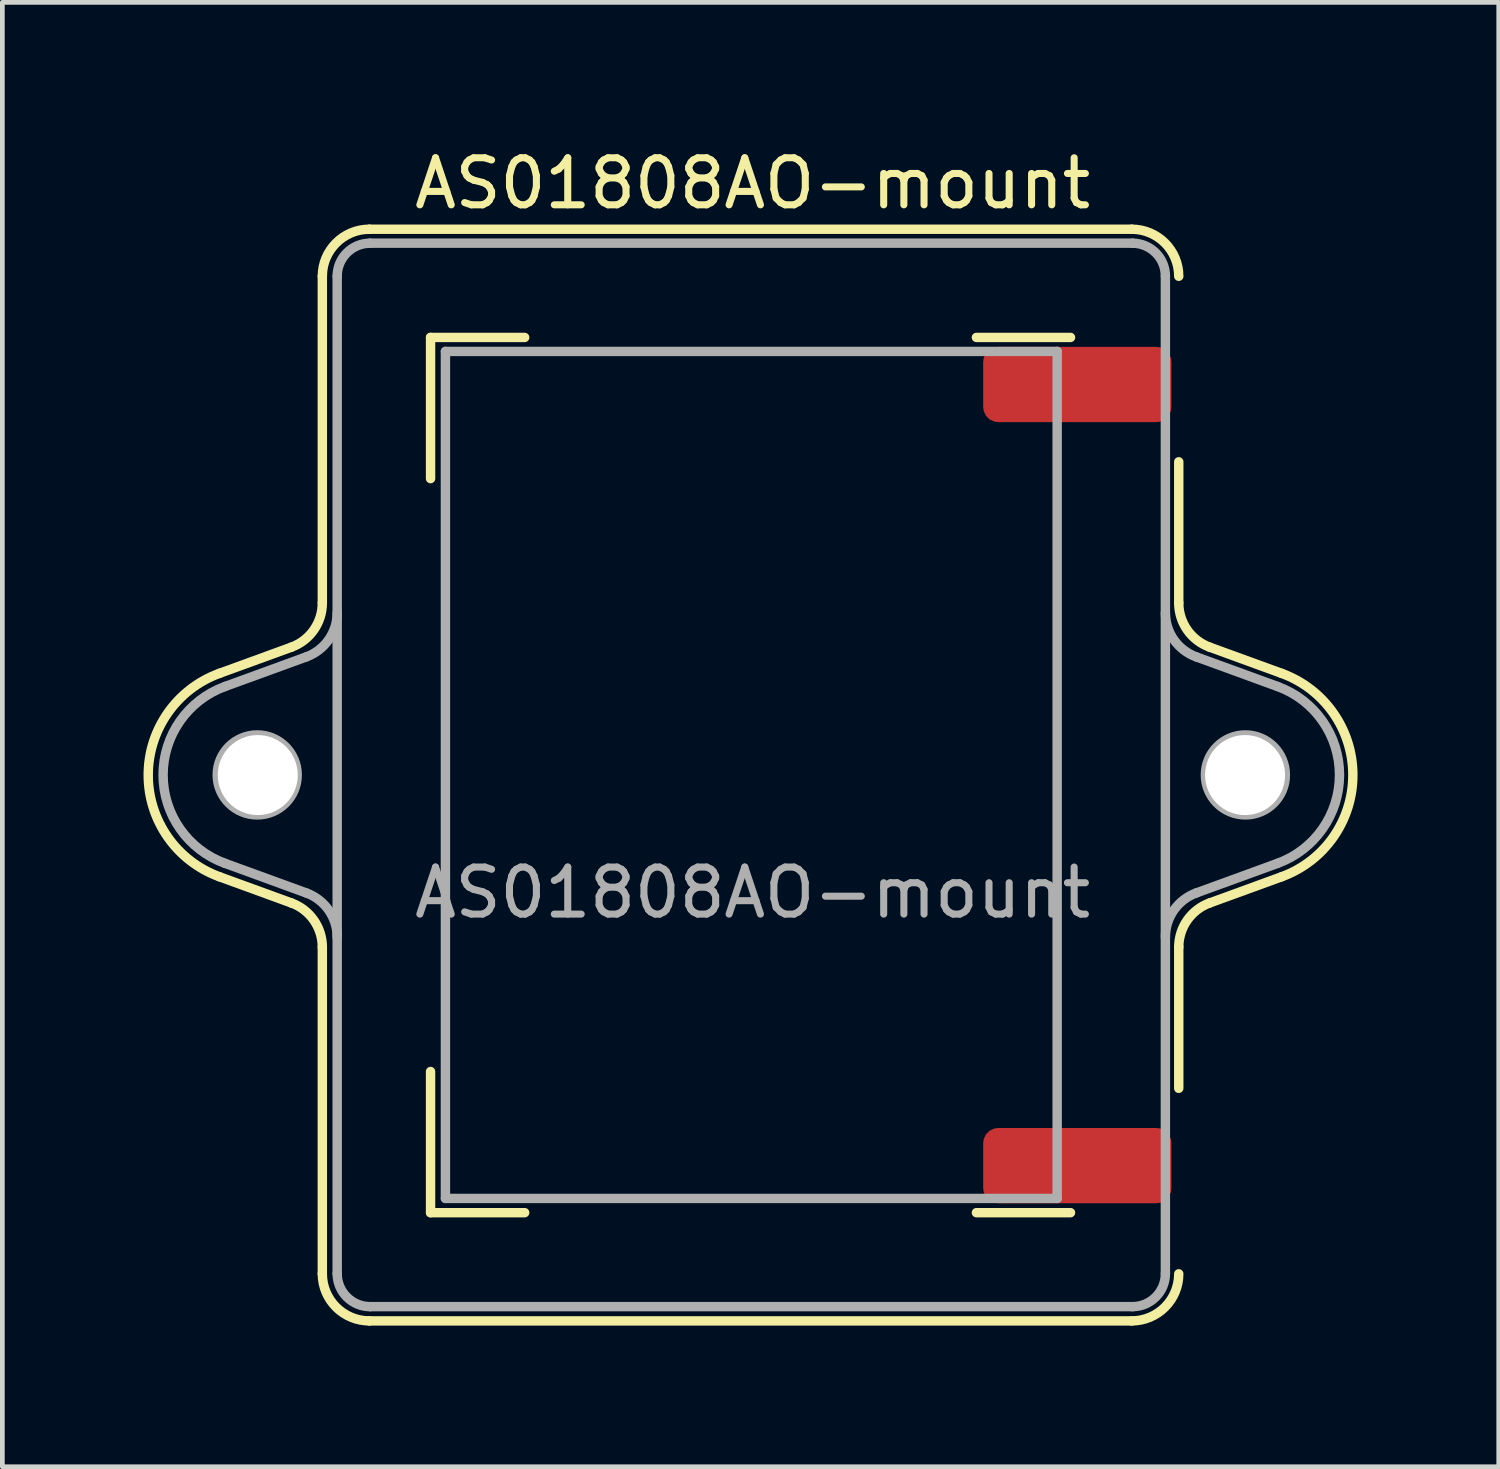
<source format=kicad_pcb>
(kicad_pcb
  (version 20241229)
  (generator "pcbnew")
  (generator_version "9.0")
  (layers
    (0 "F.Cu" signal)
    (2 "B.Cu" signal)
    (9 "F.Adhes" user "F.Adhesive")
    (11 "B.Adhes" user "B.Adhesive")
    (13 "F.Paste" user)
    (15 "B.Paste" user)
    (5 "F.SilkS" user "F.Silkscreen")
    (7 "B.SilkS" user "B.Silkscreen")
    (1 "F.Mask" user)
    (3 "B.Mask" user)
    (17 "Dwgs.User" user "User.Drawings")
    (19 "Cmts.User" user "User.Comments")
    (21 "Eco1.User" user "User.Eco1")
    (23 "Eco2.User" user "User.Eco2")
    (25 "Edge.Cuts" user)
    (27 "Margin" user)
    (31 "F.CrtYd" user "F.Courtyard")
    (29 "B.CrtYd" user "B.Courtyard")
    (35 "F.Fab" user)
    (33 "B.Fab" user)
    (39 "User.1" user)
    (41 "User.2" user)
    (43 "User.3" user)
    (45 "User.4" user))
  (footprint "AS01808AO-mount"
    (layer "F.Cu")
    (at 12.944 13.421)
    (property "Reference" "AS01808AO-mount" (at 0 -12.573 0) (unlocked yes) (layer "F.SilkS") (effects (font (size 1 1) (thickness 0.15))))
    (attr smd)
    (fp_line (start -11.331 2.161) (end -9.802 2.718) (stroke (width 0.2) (type solid)) (layer "F.SilkS"))
    (fp_line (start -9.802 -2.718) (end -11.331 -2.161) (stroke (width 0.2) (type solid)) (layer "F.SilkS"))
    (fp_line (start -9.144 -10.6) (end -9.144 -3.657) (stroke (width 0.2) (type solid)) (layer "F.SilkS"))
    (fp_line (start -9.144 3.657) (end -9.144 10.6) (stroke (width 0.2) (type solid)) (layer "F.SilkS"))
    (fp_line (start -8.144 -11.6) (end 8.056 -11.6) (stroke (width 0.2) (type solid)) (layer "F.SilkS"))
    (fp_line (start -6.844 -9.3) (end -6.844 -6.3) (stroke (width 0.2) (type solid)) (layer "F.SilkS"))
    (fp_line (start -6.844 -9.3) (end -4.844 -9.3) (stroke (width 0.2) (type solid)) (layer "F.SilkS"))
    (fp_line (start -6.844 9.3) (end -6.844 6.3) (stroke (width 0.2) (type solid)) (layer "F.SilkS"))
    (fp_line (start -4.844 9.3) (end -6.844 9.3) (stroke (width 0.2) (type solid)) (layer "F.SilkS"))
    (fp_line (start 4.756 -9.3) (end 6.756 -9.3) (stroke (width 0.2) (type solid)) (layer "F.SilkS"))
    (fp_line (start 6.756 9.3) (end 4.756 9.3) (stroke (width 0.2) (type solid)) (layer "F.SilkS"))
    (fp_line (start 8.056 11.6) (end -8.144 11.6) (stroke (width 0.2) (type solid)) (layer "F.SilkS"))
    (fp_line (start 9.056 -3.657) (end 9.056 -6.657) (stroke (width 0.2) (type solid)) (layer "F.SilkS"))
    (fp_line (start 9.056 3.657) (end 9.056 6.657) (stroke (width 0.2) (type solid)) (layer "F.SilkS"))
    (fp_line (start 9.714 2.718) (end 11.243 2.161) (stroke (width 0.2) (type solid)) (layer "F.SilkS"))
    (fp_line (start 11.243 -2.161) (end 9.714 -2.718) (stroke (width 0.2) (type solid)) (layer "F.SilkS"))
    (fp_arc (start -11.330646 2.161293) (mid -12.844 0) (end -11.330646 -2.161293) (stroke (width 0.2) (type solid)) (layer "F.SilkS"))
    (fp_arc (start -9.80198 2.717682) (mid -9.324848 3.083798) (end -9.144 3.657375) (stroke (width 0.2) (type solid)) (layer "F.SilkS"))
    (fp_arc (start -9.144 -10.6) (mid -8.851107 -11.307107) (end -8.144 -11.6) (stroke (width 0.2) (type solid)) (layer "F.SilkS"))
    (fp_arc (start -9.144 -3.657375) (mid -9.324848 -3.083798) (end -9.80198 -2.717682) (stroke (width 0.2) (type solid)) (layer "F.SilkS"))
    (fp_arc (start -8.144 11.6) (mid -8.851107 11.307107) (end -9.144 10.6) (stroke (width 0.2) (type solid)) (layer "F.SilkS"))
    (fp_arc (start 8.056 -11.6) (mid 8.763107 -11.307107) (end 9.056 -10.6) (stroke (width 0.2) (type solid)) (layer "F.SilkS"))
    (fp_arc (start 9.056 3.657375) (mid 9.236859 3.083806) (end 9.71398 2.717682) (stroke (width 0.2) (type solid)) (layer "F.SilkS"))
    (fp_arc (start 9.056 10.6) (mid 8.763107 11.307107) (end 8.056 11.6) (stroke (width 0.2) (type solid)) (layer "F.SilkS"))
    (fp_arc (start 9.71398 -2.717682) (mid 9.236838 -3.083796) (end 9.056 -3.657375) (stroke (width 0.2) (type solid)) (layer "F.SilkS"))
    (fp_arc (start 11.242646 -2.161293) (mid 12.756 0) (end 11.242646 2.161293) (stroke (width 0.2) (type solid)) (layer "F.SilkS"))
    (fp_line (start -11.212 1.876) (end -9.486 2.505) (stroke (width 0.2) (type solid)) (layer "F.Fab"))
    (fp_line (start -9.486 -2.511) (end -11.212 -1.882) (stroke (width 0.2) (type solid)) (layer "F.Fab"))
    (fp_line (start -8.828 10.597) (end -8.828 -10.603) (stroke (width 0.2) (type solid)) (layer "F.Fab"))
    (fp_line (start -8.128 -11.303) (end 8.072 -11.303) (stroke (width 0.2) (type solid)) (layer "F.Fab"))
    (fp_line (start -6.528 -9.003) (end 6.472 -9.003) (stroke (width 0.2) (type solid)) (layer "F.Fab"))
    (fp_line (start -6.528 8.997) (end -6.528 -9.003) (stroke (width 0.2) (type solid)) (layer "F.Fab"))
    (fp_line (start 6.472 -9.003) (end 6.472 8.997) (stroke (width 0.2) (type solid)) (layer "F.Fab"))
    (fp_line (start 6.472 8.997) (end -6.528 8.997) (stroke (width 0.2) (type solid)) (layer "F.Fab"))
    (fp_line (start 8.072 11.297) (end -8.128 11.297) (stroke (width 0.2) (type solid)) (layer "F.Fab"))
    (fp_line (start 8.772 -10.603) (end 8.772 10.597) (stroke (width 0.2) (type solid)) (layer "F.Fab"))
    (fp_line (start 9.43 2.505) (end 11.156 1.876) (stroke (width 0.2) (type solid)) (layer "F.Fab"))
    (fp_line (start 11.156 -1.882) (end 9.43 -2.511) (stroke (width 0.2) (type solid)) (layer "F.Fab"))
    (fp_arc (start -11.212039 1.876385) (mid -12.527999 -0.003) (end -11.212039 -1.882385) (stroke (width 0.2) (type solid)) (layer "F.Fab"))
    (fp_arc (start -9.485979 2.50462) (mid -9.008847 2.870736) (end -8.827999 3.444313) (stroke (width 0.2) (type solid)) (layer "F.Fab"))
    (fp_arc (start -8.827999 -10.603) (mid -8.622974 -11.097975) (end -8.127999 -11.303) (stroke (width 0.2) (type solid)) (layer "F.Fab"))
    (fp_arc (start -8.827999 -3.450313) (mid -9.008847 -2.876736) (end -9.485979 -2.51062) (stroke (width 0.2) (type solid)) (layer "F.Fab"))
    (fp_arc (start -8.127999 11.297) (mid -8.622974 11.091975) (end -8.827999 10.597) (stroke (width 0.2) (type solid)) (layer "F.Fab"))
    (fp_arc (start 8.072001 -11.303) (mid 8.566976 -11.097975) (end 8.772001 -10.603) (stroke (width 0.2) (type solid)) (layer "F.Fab"))
    (fp_arc (start 8.772001 3.444312) (mid 8.952844 2.87073) (end 9.429981 2.50462) (stroke (width 0.2) (type solid)) (layer "F.Fab"))
    (fp_arc (start 8.772001 10.597) (mid 8.566976 11.091975) (end 8.072001 11.297) (stroke (width 0.2) (type solid)) (layer "F.Fab"))
    (fp_arc (start 9.429981 -2.51062) (mid 8.952854 -2.876737) (end 8.772001 -3.450312) (stroke (width 0.2) (type solid)) (layer "F.Fab"))
    (fp_arc (start 11.156041 -1.882385) (mid 12.472001 -0.003) (end 11.156041 1.876385) (stroke (width 0.2) (type solid)) (layer "F.Fab"))
    (fp_circle (center -10.528 -0.003) (end -9.678 -0.003) (stroke (width 0.2) (type solid)) (fill no) (layer "F.Fab"))
    (fp_circle (center 10.472 -0.003) (end 11.322 -0.003) (stroke (width 0.2) (type solid)) (fill no) (layer "F.Fab"))
    (fp_text user "${REFERENCE}" (at 0 2.5 0) (unlocked yes) (layer "F.Fab") (effects (font (size 1 1) (thickness 0.15))))
    (pad "" np_thru_hole circle (at -10.516 0) (size 1.7 1.7) (drill 1.7) (layers "*.Cu" "*.Mask"))
    (pad "" np_thru_hole circle (at 10.465 0) (size 1.7 1.7) (drill 1.7) (layers "*.Cu" "*.Mask"))
    (pad "1" smd roundrect (at 6.9 -8.3) (size 4 1.6) (layers "F.Cu" "F.Mask" "F.Paste") (roundrect_rratio 0.2))
    (pad "2" smd roundrect (at 6.9 8.3) (size 4 1.6) (layers "F.Cu" "F.Mask" "F.Paste") (roundrect_rratio 0.2)))
  (gr_rect
    (start -3 -3)
    (end 28.8 28.121)
    (stroke (width 0.1) (type default))
    (fill no)
    (layer "Edge.Cuts")))
</source>
